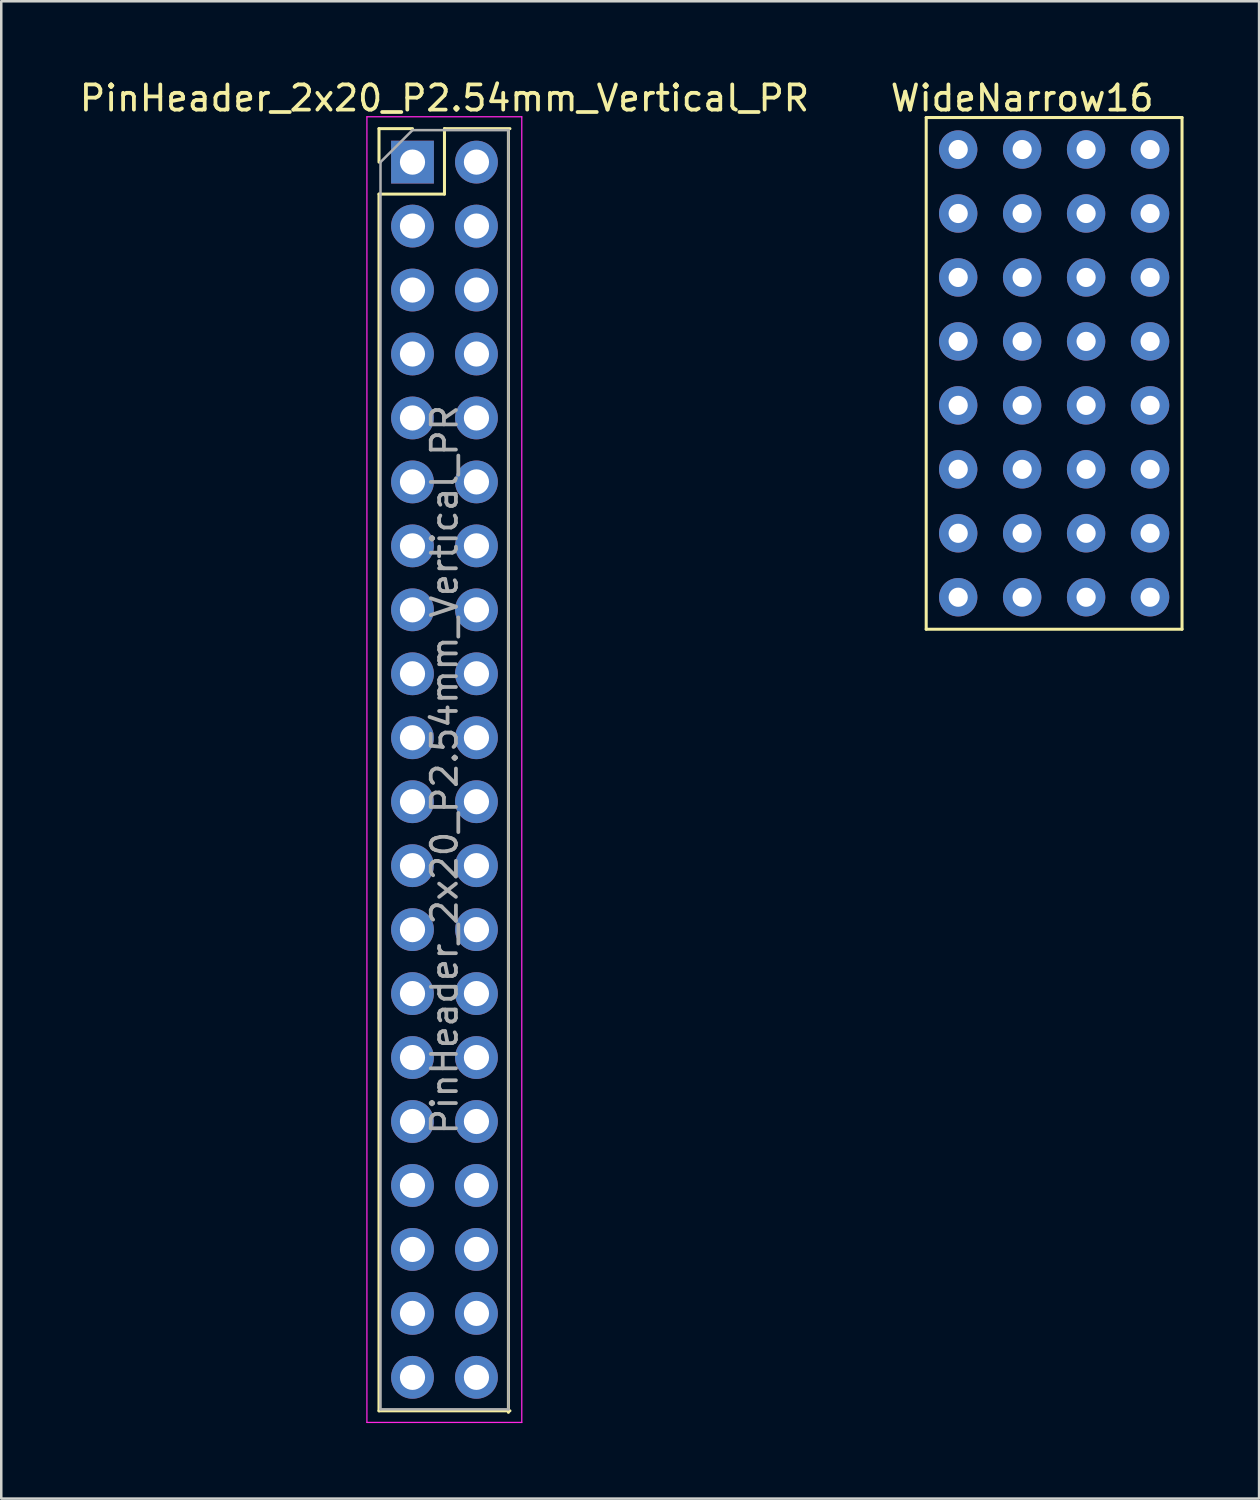
<source format=kicad_pcb>
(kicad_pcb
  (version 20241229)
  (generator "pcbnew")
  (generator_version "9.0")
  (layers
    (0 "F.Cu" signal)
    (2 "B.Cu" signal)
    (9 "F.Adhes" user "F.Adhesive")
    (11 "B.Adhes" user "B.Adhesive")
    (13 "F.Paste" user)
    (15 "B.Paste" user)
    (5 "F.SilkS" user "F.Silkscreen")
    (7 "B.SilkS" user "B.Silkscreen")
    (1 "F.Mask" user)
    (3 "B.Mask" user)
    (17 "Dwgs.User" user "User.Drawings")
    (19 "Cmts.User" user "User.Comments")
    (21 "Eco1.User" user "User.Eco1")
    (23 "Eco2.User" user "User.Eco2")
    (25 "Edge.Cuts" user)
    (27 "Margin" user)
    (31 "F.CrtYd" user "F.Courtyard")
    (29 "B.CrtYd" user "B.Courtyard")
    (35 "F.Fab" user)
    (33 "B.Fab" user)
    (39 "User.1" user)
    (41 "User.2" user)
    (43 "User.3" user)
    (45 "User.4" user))
  (footprint "WideNarrow16"
    (layer "F.Cu")
    (at 37.542 0.348)
    (property "Reference" "WideNarrow16" (at 0 0.5 0) (layer "F.SilkS") (effects (font (size 1 1) (thickness 0.15))))
    (attr through_hole)
    (fp_line (start -3.81 1.27) (end 6.35 1.27) (stroke (width 0.12) (type solid)) (layer "F.SilkS"))
    (fp_line (start -3.81 21.59) (end -3.81 1.27) (stroke (width 0.12) (type solid)) (layer "F.SilkS"))
    (fp_line (start 6.35 1.27) (end 6.35 21.59) (stroke (width 0.12) (type solid)) (layer "F.SilkS"))
    (fp_line (start 6.35 21.59) (end -3.81 21.59) (stroke (width 0.12) (type solid)) (layer "F.SilkS"))
    (pad "1" thru_hole circle (at -2.54 2.54) (size 1.524 1.524) (drill 0.762) (layers "*.Cu" "*.Mask"))
    (pad "1" thru_hole circle (at 0 2.54) (size 1.524 1.524) (drill 0.762) (layers "*.Cu" "*.Mask"))
    (pad "2" thru_hole circle (at -2.54 5.08) (size 1.524 1.524) (drill 0.762) (layers "*.Cu" "*.Mask"))
    (pad "2" thru_hole circle (at 0 5.08) (size 1.524 1.524) (drill 0.762) (layers "*.Cu" "*.Mask"))
    (pad "3" thru_hole circle (at -2.54 7.62) (size 1.524 1.524) (drill 0.762) (layers "*.Cu" "*.Mask"))
    (pad "3" thru_hole circle (at 0 7.62) (size 1.524 1.524) (drill 0.762) (layers "*.Cu" "*.Mask"))
    (pad "4" thru_hole circle (at -2.54 10.16) (size 1.524 1.524) (drill 0.762) (layers "*.Cu" "*.Mask"))
    (pad "4" thru_hole circle (at 0 10.16) (size 1.524 1.524) (drill 0.762) (layers "*.Cu" "*.Mask"))
    (pad "5" thru_hole circle (at -2.54 12.7) (size 1.524 1.524) (drill 0.762) (layers "*.Cu" "*.Mask"))
    (pad "5" thru_hole circle (at 0 12.7) (size 1.524 1.524) (drill 0.762) (layers "*.Cu" "*.Mask"))
    (pad "6" thru_hole circle (at -2.54 15.24) (size 1.524 1.524) (drill 0.762) (layers "*.Cu" "*.Mask"))
    (pad "6" thru_hole circle (at 0 15.24) (size 1.524 1.524) (drill 0.762) (layers "*.Cu" "*.Mask"))
    (pad "7" thru_hole circle (at -2.54 17.78) (size 1.524 1.524) (drill 0.762) (layers "*.Cu" "*.Mask"))
    (pad "7" thru_hole circle (at 0 17.78) (size 1.524 1.524) (drill 0.762) (layers "*.Cu" "*.Mask"))
    (pad "8" thru_hole circle (at -2.54 20.32) (size 1.524 1.524) (drill 0.762) (layers "*.Cu" "*.Mask"))
    (pad "8" thru_hole circle (at 0 20.32) (size 1.524 1.524) (drill 0.762) (layers "*.Cu" "*.Mask"))
    (pad "9" thru_hole circle (at 2.54 20.32) (size 1.524 1.524) (drill 0.762) (layers "*.Cu" "*.Mask"))
    (pad "9" thru_hole circle (at 5.08 20.32) (size 1.524 1.524) (drill 0.762) (layers "*.Cu" "*.Mask"))
    (pad "10" thru_hole circle (at 2.54 17.78) (size 1.524 1.524) (drill 0.762) (layers "*.Cu" "*.Mask"))
    (pad "10" thru_hole circle (at 5.08 17.78) (size 1.524 1.524) (drill 0.762) (layers "*.Cu" "*.Mask"))
    (pad "11" thru_hole circle (at 2.54 15.24) (size 1.524 1.524) (drill 0.762) (layers "*.Cu" "*.Mask"))
    (pad "11" thru_hole circle (at 5.08 15.24) (size 1.524 1.524) (drill 0.762) (layers "*.Cu" "*.Mask"))
    (pad "12" thru_hole circle (at 2.54 12.7) (size 1.524 1.524) (drill 0.762) (layers "*.Cu" "*.Mask"))
    (pad "12" thru_hole circle (at 5.08 12.7) (size 1.524 1.524) (drill 0.762) (layers "*.Cu" "*.Mask"))
    (pad "13" thru_hole circle (at 2.54 10.16) (size 1.524 1.524) (drill 0.762) (layers "*.Cu" "*.Mask"))
    (pad "13" thru_hole circle (at 5.08 10.16) (size 1.524 1.524) (drill 0.762) (layers "*.Cu" "*.Mask"))
    (pad "14" thru_hole circle (at 2.54 7.62) (size 1.524 1.524) (drill 0.762) (layers "*.Cu" "*.Mask"))
    (pad "14" thru_hole circle (at 5.08 7.62) (size 1.524 1.524) (drill 0.762) (layers "*.Cu" "*.Mask"))
    (pad "15" thru_hole circle (at 2.54 5.08) (size 1.524 1.524) (drill 0.762) (layers "*.Cu" "*.Mask"))
    (pad "15" thru_hole circle (at 5.08 5.08) (size 1.524 1.524) (drill 0.762) (layers "*.Cu" "*.Mask"))
    (pad "16" thru_hole circle (at 2.54 2.54) (size 1.524 1.524) (drill 0.762) (layers "*.Cu" "*.Mask"))
    (pad "16" thru_hole circle (at 5.08 2.54) (size 1.524 1.524) (drill 0.762) (layers "*.Cu" "*.Mask")))
  (footprint "PinHeader_2x20_P2.54mm_Vertical_PR"
    (layer "F.Cu")
    (at 13.331 3.388)
    (property "Reference" "PinHeader_2x20_P2.54mm_Vertical_PR" (at 1.27 -2.54 0) (layer "F.SilkS") (effects (font (size 1 1) (thickness 0.15))))
    (attr through_hole)
    (fp_line (start -1.33 -1.33) (end 0 -1.33) (stroke (width 0.12) (type solid)) (layer "F.SilkS"))
    (fp_line (start -1.33 0) (end -1.33 -1.33) (stroke (width 0.12) (type solid)) (layer "F.SilkS"))
    (fp_line (start -1.33 1.27) (end -1.33 49.59) (stroke (width 0.12) (type solid)) (layer "F.SilkS"))
    (fp_line (start -1.33 1.27) (end 1.27 1.27) (stroke (width 0.12) (type solid)) (layer "F.SilkS"))
    (fp_line (start -1.33 49.59) (end 3.87 49.59) (stroke (width 0.12) (type solid)) (layer "F.SilkS"))
    (fp_line (start 1.27 -1.33) (end 3.87 -1.33) (stroke (width 0.12) (type solid)) (layer "F.SilkS"))
    (fp_line (start 1.27 1.27) (end 1.27 -1.33) (stroke (width 0.12) (type solid)) (layer "F.SilkS"))
    (fp_line (start 3.81 -1.27) (end 3.81 49.65) (stroke (width 0.12) (type solid)) (layer "F.SilkS"))
    (fp_line (start -1.81 -1.8) (end 4.34 -1.8) (stroke (width 0.05) (type solid)) (layer "F.CrtYd"))
    (fp_line (start -1.81 50.05) (end -1.81 -1.8) (stroke (width 0.05) (type solid)) (layer "F.CrtYd"))
    (fp_line (start 4.34 -1.8) (end 4.34 50.05) (stroke (width 0.05) (type solid)) (layer "F.CrtYd"))
    (fp_line (start 4.34 50.05) (end -1.81 50.05) (stroke (width 0.05) (type solid)) (layer "F.CrtYd"))
    (fp_line (start -1.27 0) (end 0 -1.27) (stroke (width 0.1) (type solid)) (layer "F.Fab"))
    (fp_line (start -1.27 49.53) (end -1.27 0) (stroke (width 0.1) (type solid)) (layer "F.Fab"))
    (fp_line (start 0 -1.27) (end 3.81 -1.27) (stroke (width 0.1) (type solid)) (layer "F.Fab"))
    (fp_line (start 3.81 -1.27) (end 3.81 49.53) (stroke (width 0.1) (type solid)) (layer "F.Fab"))
    (fp_line (start 3.81 49.53) (end -1.27 49.53) (stroke (width 0.1) (type solid)) (layer "F.Fab"))
    (fp_text user "${REFERENCE}" (at 1.27 24.13 90) (layer "F.Fab") (effects (font (size 1 1) (thickness 0.15))))
    (pad "1" thru_hole rect (at 0 0) (size 1.7 1.7) (drill 1) (layers "*.Cu" "*.Mask"))
    (pad "2" thru_hole oval (at 0 2.54) (size 1.7 1.7) (drill 1) (layers "*.Cu" "*.Mask"))
    (pad "3" thru_hole oval (at 0 5.08) (size 1.7 1.7) (drill 1) (layers "*.Cu" "*.Mask"))
    (pad "4" thru_hole oval (at 0 7.62) (size 1.7 1.7) (drill 1) (layers "*.Cu" "*.Mask"))
    (pad "5" thru_hole oval (at 0 10.16) (size 1.7 1.7) (drill 1) (layers "*.Cu" "*.Mask"))
    (pad "6" thru_hole oval (at 0 12.7) (size 1.7 1.7) (drill 1) (layers "*.Cu" "*.Mask"))
    (pad "7" thru_hole oval (at 0 15.24) (size 1.7 1.7) (drill 1) (layers "*.Cu" "*.Mask"))
    (pad "8" thru_hole oval (at 0 17.78) (size 1.7 1.7) (drill 1) (layers "*.Cu" "*.Mask"))
    (pad "9" thru_hole oval (at 0 20.32) (size 1.7 1.7) (drill 1) (layers "*.Cu" "*.Mask"))
    (pad "10" thru_hole oval (at 0 22.86) (size 1.7 1.7) (drill 1) (layers "*.Cu" "*.Mask"))
    (pad "11" thru_hole oval (at 0 25.4) (size 1.7 1.7) (drill 1) (layers "*.Cu" "*.Mask"))
    (pad "12" thru_hole oval (at 0 27.94) (size 1.7 1.7) (drill 1) (layers "*.Cu" "*.Mask"))
    (pad "13" thru_hole oval (at 0 30.48) (size 1.7 1.7) (drill 1) (layers "*.Cu" "*.Mask"))
    (pad "14" thru_hole oval (at 0 33.02) (size 1.7 1.7) (drill 1) (layers "*.Cu" "*.Mask"))
    (pad "15" thru_hole oval (at 0 35.56) (size 1.7 1.7) (drill 1) (layers "*.Cu" "*.Mask"))
    (pad "16" thru_hole oval (at 0 38.1) (size 1.7 1.7) (drill 1) (layers "*.Cu" "*.Mask"))
    (pad "17" thru_hole oval (at 0 40.64) (size 1.7 1.7) (drill 1) (layers "*.Cu" "*.Mask"))
    (pad "18" thru_hole oval (at 0 43.18) (size 1.7 1.7) (drill 1) (layers "*.Cu" "*.Mask"))
    (pad "19" thru_hole oval (at 0 45.72) (size 1.7 1.7) (drill 1) (layers "*.Cu" "*.Mask"))
    (pad "20" thru_hole oval (at 0 48.26) (size 1.7 1.7) (drill 1) (layers "*.Cu" "*.Mask"))
    (pad "21" thru_hole oval (at 2.54 0) (size 1.7 1.7) (drill 1) (layers "*.Cu" "*.Mask"))
    (pad "22" thru_hole oval (at 2.54 2.54) (size 1.7 1.7) (drill 1) (layers "*.Cu" "*.Mask"))
    (pad "23" thru_hole oval (at 2.54 5.08) (size 1.7 1.7) (drill 1) (layers "*.Cu" "*.Mask"))
    (pad "24" thru_hole oval (at 2.54 7.62) (size 1.7 1.7) (drill 1) (layers "*.Cu" "*.Mask"))
    (pad "25" thru_hole oval (at 2.54 10.16) (size 1.7 1.7) (drill 1) (layers "*.Cu" "*.Mask"))
    (pad "26" thru_hole oval (at 2.54 12.7) (size 1.7 1.7) (drill 1) (layers "*.Cu" "*.Mask"))
    (pad "27" thru_hole oval (at 2.54 15.24) (size 1.7 1.7) (drill 1) (layers "*.Cu" "*.Mask"))
    (pad "28" thru_hole oval (at 2.54 17.78) (size 1.7 1.7) (drill 1) (layers "*.Cu" "*.Mask"))
    (pad "29" thru_hole oval (at 2.54 20.32) (size 1.7 1.7) (drill 1) (layers "*.Cu" "*.Mask"))
    (pad "30" thru_hole oval (at 2.54 22.86) (size 1.7 1.7) (drill 1) (layers "*.Cu" "*.Mask"))
    (pad "31" thru_hole oval (at 2.54 25.4) (size 1.7 1.7) (drill 1) (layers "*.Cu" "*.Mask"))
    (pad "32" thru_hole oval (at 2.54 27.94) (size 1.7 1.7) (drill 1) (layers "*.Cu" "*.Mask"))
    (pad "33" thru_hole oval (at 2.54 30.48) (size 1.7 1.7) (drill 1) (layers "*.Cu" "*.Mask"))
    (pad "34" thru_hole oval (at 2.54 33.02) (size 1.7 1.7) (drill 1) (layers "*.Cu" "*.Mask"))
    (pad "35" thru_hole oval (at 2.54 35.56) (size 1.7 1.7) (drill 1) (layers "*.Cu" "*.Mask"))
    (pad "36" thru_hole oval (at 2.54 38.1) (size 1.7 1.7) (drill 1) (layers "*.Cu" "*.Mask"))
    (pad "37" thru_hole oval (at 2.54 40.64) (size 1.7 1.7) (drill 1) (layers "*.Cu" "*.Mask"))
    (pad "38" thru_hole oval (at 2.54 43.18) (size 1.7 1.7) (drill 1) (layers "*.Cu" "*.Mask"))
    (pad "39" thru_hole oval (at 2.54 45.72) (size 1.7 1.7) (drill 1) (layers "*.Cu" "*.Mask"))
    (pad "40" thru_hole oval (at 2.54 48.26) (size 1.7 1.7) (drill 1) (layers "*.Cu" "*.Mask")))
  (gr_rect
    (start -3 -3)
    (end 46.952 56.463)
    (stroke (width 0.1) (type default))
    (fill no)
    (layer "Edge.Cuts")))
</source>
